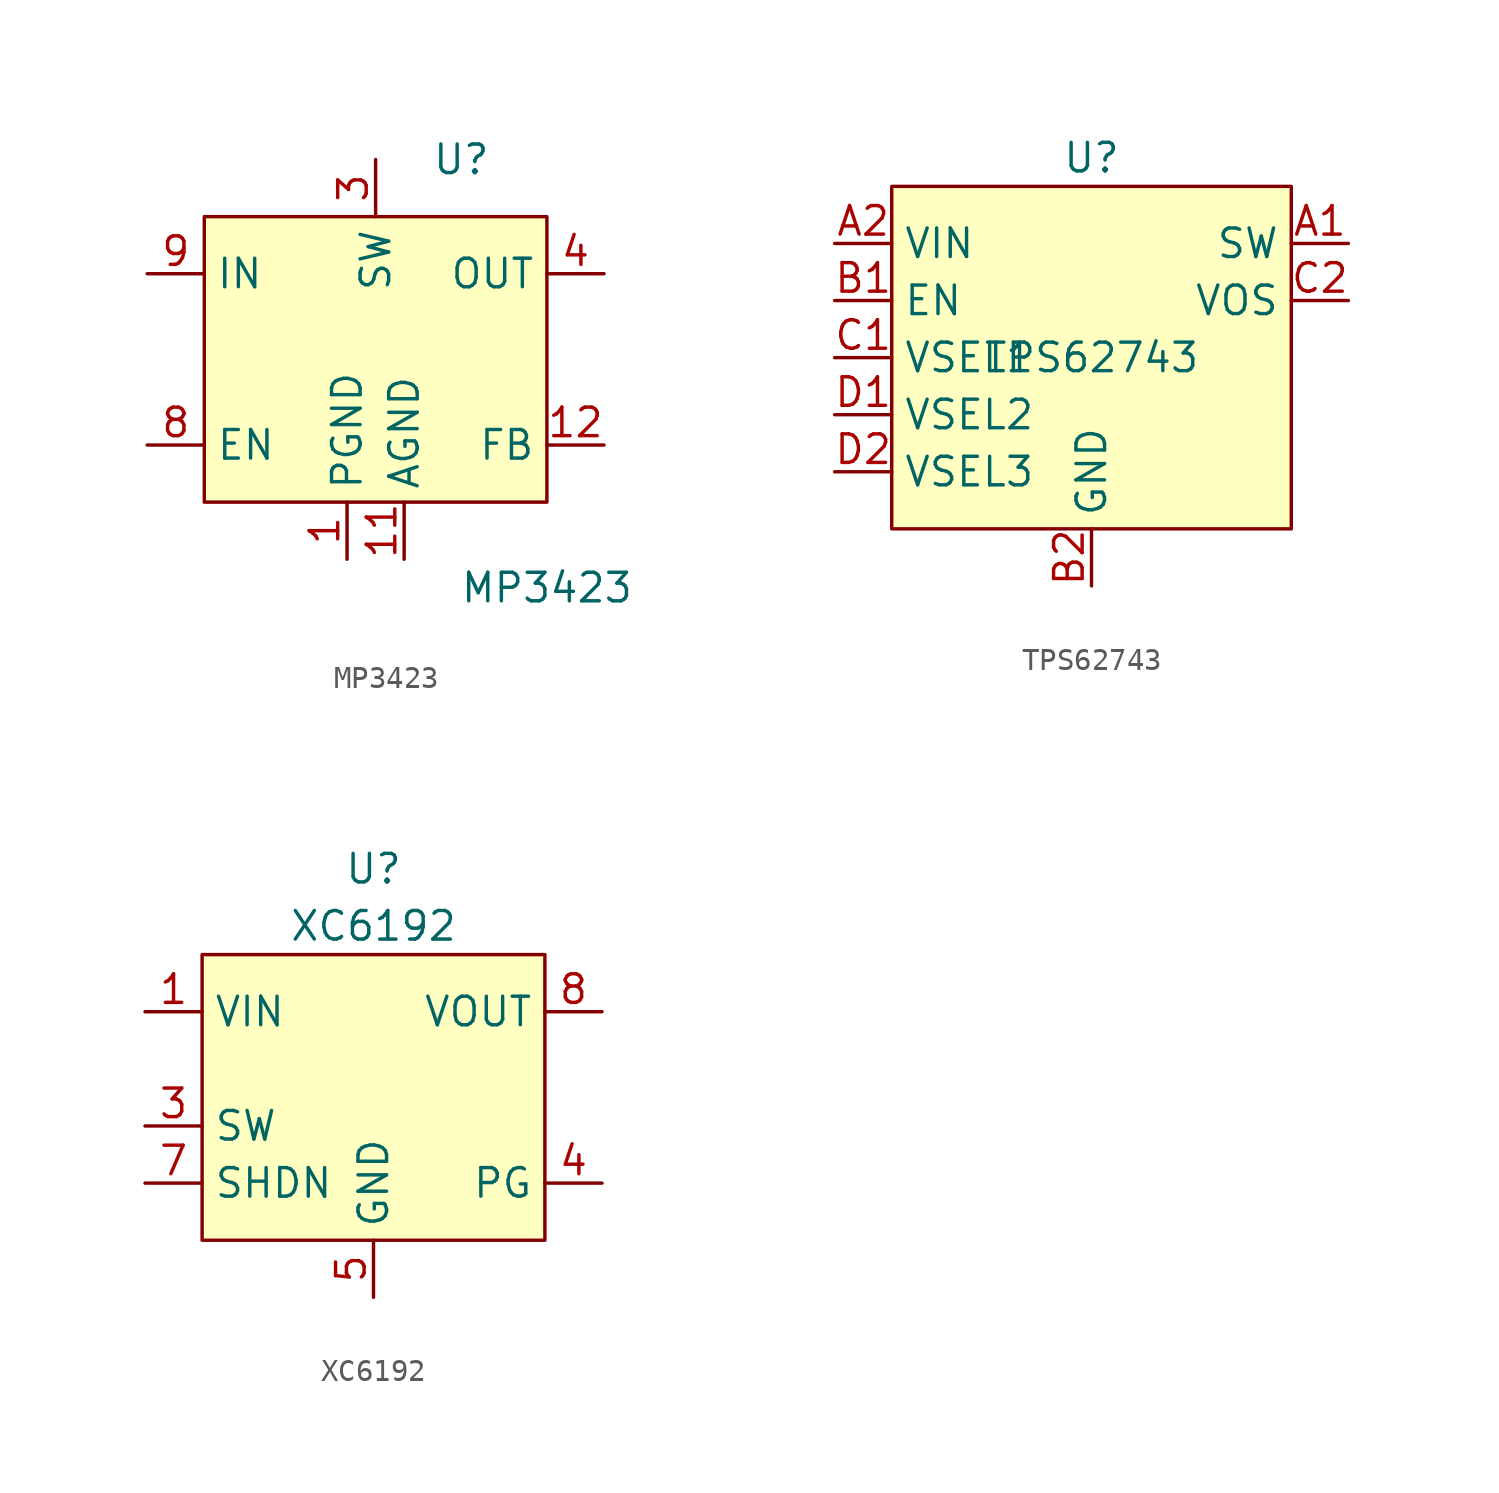
<source format=kicad_sym>
(kicad_symbol_lib
  (version 20231120)
  (generator "kicad_symbol_editor")
  (generator_version "8.0")
  (symbol "MP3423"
    (property "Reference" "U"
      (at 3.81 8.89 0)
      (effects (font (size 1.27 1.27))))
    (property "Value" "MP3423"
      (at 7.62 -10.16 0)
      (effects (font (size 1.27 1.27))))
    (symbol "MP3423_1_0"
      (pin input line (at -10.16 -3.81 0) (length 2.54) (name "EN" (effects (font (size 1.27 1.27)))) (number "8" (effects (font (size 1.27 1.27))))))
    (symbol "MP3423_1_1"
      (rectangle (start -7.62 6.35) (end 7.62 -6.35) (stroke (width 0) (type default)) (fill (type background)))
      (pin power_in line (at -1.27 -8.89 90) (length 2.54) (name "PGND" (effects (font (size 1.27 1.27)))) (number "1" (effects (font (size 1.27 1.27)))))
      (pin passive line (at -10.16 3.81 0) (length 2.54) hide (name "IN" (effects (font (size 1.27 1.27)))) (number "10" (effects (font (size 1.27 1.27)))))
      (pin power_in line (at 1.27 -8.89 90) (length 2.54) (name "AGND" (effects (font (size 1.27 1.27)))) (number "11" (effects (font (size 1.27 1.27)))))
      (pin bidirectional line (at 10.16 -3.81 180) (length 2.54) (name "FB" (effects (font (size 1.27 1.27)))) (number "12" (effects (font (size 1.27 1.27)))))
      (pin passive line (at -1.27 -8.89 90) (length 2.54) hide (name "PGND" (effects (font (size 1.27 1.27)))) (number "13" (effects (font (size 1.27 1.27)))))
      (pin power_out line (at 0 8.89 270) (length 2.54) hide (name "SW" (effects (font (size 1.27 1.27)))) (number "14" (effects (font (size 1.27 1.27)))))
      (pin passive line (at -1.27 -8.89 90) (length 2.54) hide (name "PGND" (effects (font (size 1.27 1.27)))) (number "2" (effects (font (size 1.27 1.27)))))
      (pin power_out line (at 0 8.89 270) (length 2.54) (name "SW" (effects (font (size 1.27 1.27)))) (number "3" (effects (font (size 1.27 1.27)))))
      (pin power_out line (at 10.16 3.81 180) (length 2.54) (name "OUT" (effects (font (size 1.27 1.27)))) (number "4" (effects (font (size 1.27 1.27)))))
      (pin power_out line (at 10.16 3.81 180) (length 2.54) hide (name "OUT" (effects (font (size 1.27 1.27)))) (number "5" (effects (font (size 1.27 1.27)))))
      (pin power_out line (at 10.16 3.81 180) (length 2.54) hide (name "OUT" (effects (font (size 1.27 1.27)))) (number "6" (effects (font (size 1.27 1.27)))))
      (pin passive line (at -1.27 -8.89 90) (length 2.54) hide (name "NC" (effects (font (size 1.27 1.27)))) (number "7" (effects (font (size 1.27 1.27)))))
      (pin power_in line (at -10.16 3.81 0) (length 2.54) (name "IN" (effects (font (size 1.27 1.27)))) (number "9" (effects (font (size 1.27 1.27)))))))
  (symbol "TPS62743"
    (property "Reference" "U"
      (at 0 8.89 0)
      (effects (font (size 1.27 1.27))))
    (property "Value" "TPS62743"
      (at 0 0 0)
      (effects (font (size 1.27 1.27))))
    (symbol "TPS62743_0_0"
      (pin output line (at 11.43 5.08 180) (length 2.54) (name "SW" (effects (font (size 1.27 1.27)))) (number "A1" (effects (font (size 1.27 1.27)))))
      (pin power_in line (at -11.43 5.08 0) (length 2.54) (name "VIN" (effects (font (size 1.27 1.27)))) (number "A2" (effects (font (size 1.27 1.27)))))
      (pin input line (at -11.43 2.54 0) (length 2.54) (name "EN" (effects (font (size 1.27 1.27)))) (number "B1" (effects (font (size 1.27 1.27)))))
      (pin power_in line (at 0 -10.16 90) (length 2.54) (name "GND" (effects (font (size 1.27 1.27)))) (number "B2" (effects (font (size 1.27 1.27)))))
      (pin input line (at -11.43 0 0) (length 2.54) (name "VSEL1" (effects (font (size 1.27 1.27)))) (number "C1" (effects (font (size 1.27 1.27)))))
      (pin input line (at 11.43 2.54 180) (length 2.54) (name "VOS" (effects (font (size 1.27 1.27)))) (number "C2" (effects (font (size 1.27 1.27)))))
      (pin input line (at -11.43 -2.54 0) (length 2.54) (name "VSEL2" (effects (font (size 1.27 1.27)))) (number "D1" (effects (font (size 1.27 1.27)))))
      (pin input line (at -11.43 -5.08 0) (length 2.54) (name "VSEL3" (effects (font (size 1.27 1.27)))) (number "D2" (effects (font (size 1.27 1.27))))))
    (symbol "TPS62743_1_1"
      (rectangle (start -8.89 7.62) (end 8.89 -7.62) (stroke (width 0) (type default)) (fill (type background)))))
  (symbol "XC6192"
    (property "Reference" "U"
      (at 0 10.16 0)
      (effects (font (size 1.27 1.27))))
    (property "Value" "XC6192"
      (at 0 7.62 0)
      (effects (font (size 1.27 1.27))))
    (symbol "XC6192_0_0"
      (pin power_in line (at -10.16 3.81 0) (length 2.54) (name "VIN" (effects (font (size 1.27 1.27)))) (number "1" (effects (font (size 1.27 1.27)))))
      (pin input line (at -10.16 -1.27 0) (length 2.54) (name "SW" (effects (font (size 1.27 1.27)))) (number "3" (effects (font (size 1.27 1.27)))))
      (pin output line (at 10.16 -3.81 180) (length 2.54) (name "PG" (effects (font (size 1.27 1.27)))) (number "4" (effects (font (size 1.27 1.27)))))
      (pin power_in line (at 0 -8.89 90) (length 2.54) (name "GND" (effects (font (size 1.27 1.27)))) (number "5" (effects (font (size 1.27 1.27)))))
      (pin input line (at -10.16 -3.81 0) (length 2.54) (name "SHDN" (effects (font (size 1.27 1.27)))) (number "7" (effects (font (size 1.27 1.27)))))
      (pin power_out line (at 10.16 3.81 180) (length 2.54) (name "VOUT" (effects (font (size 1.27 1.27)))) (number "8" (effects (font (size 1.27 1.27))))))
    (symbol "XC6192_1_0"
      (pin passive line (at 0 -8.89 90) (length 2.54) hide (name "NC" (effects (font (size 1.27 1.27)))) (number "2" (effects (font (size 1.27 1.27)))))
      (pin passive line (at 0 -8.89 90) (length 2.54) hide (name "TEST" (effects (font (size 1.27 1.27)))) (number "6" (effects (font (size 1.27 1.27)))))
      (pin passive line (at 0 -8.89 90) (length 2.54) hide (name "EP" (effects (font (size 1.27 1.27)))) (number "9" (effects (font (size 1.27 1.27))))))
    (symbol "XC6192_1_1"
      (rectangle (start -7.62 6.35) (end 7.62 -6.35) (stroke (width 0) (type default)) (fill (type background))))))
</source>
